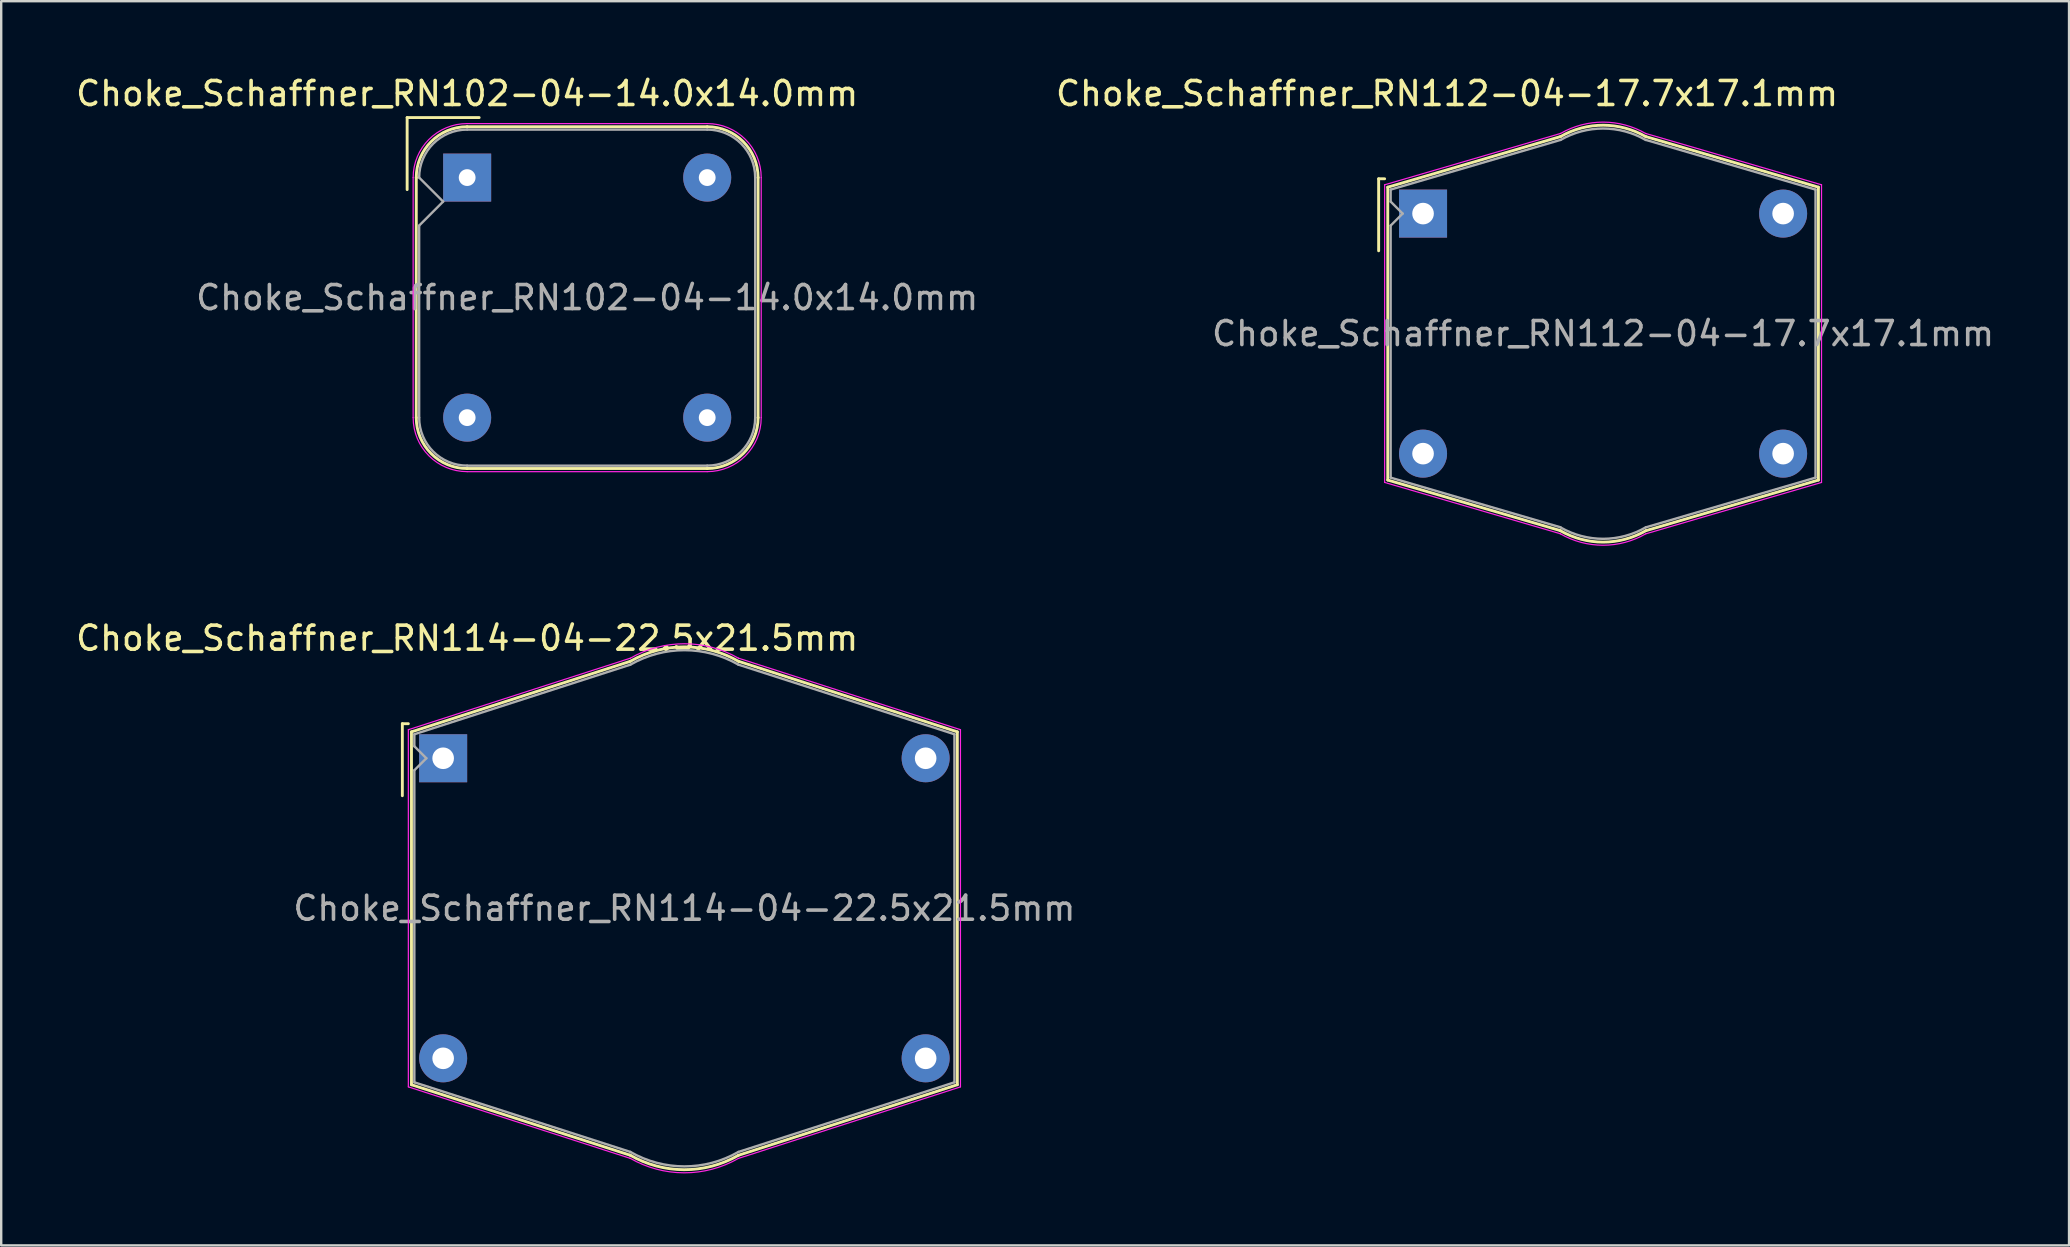
<source format=kicad_pcb>
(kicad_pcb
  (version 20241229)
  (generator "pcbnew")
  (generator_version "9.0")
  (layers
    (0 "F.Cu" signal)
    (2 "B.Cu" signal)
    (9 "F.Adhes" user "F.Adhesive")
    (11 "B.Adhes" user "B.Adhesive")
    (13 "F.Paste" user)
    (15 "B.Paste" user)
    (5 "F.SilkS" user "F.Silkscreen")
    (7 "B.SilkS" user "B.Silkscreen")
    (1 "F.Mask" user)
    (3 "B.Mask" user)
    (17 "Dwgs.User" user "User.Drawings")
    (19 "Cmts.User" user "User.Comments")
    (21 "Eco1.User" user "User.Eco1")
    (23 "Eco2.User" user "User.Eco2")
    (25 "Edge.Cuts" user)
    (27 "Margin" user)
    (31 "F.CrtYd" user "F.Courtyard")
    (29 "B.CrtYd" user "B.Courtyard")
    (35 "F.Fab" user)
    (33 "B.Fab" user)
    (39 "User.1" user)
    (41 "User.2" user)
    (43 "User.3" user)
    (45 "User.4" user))
  (footprint "Choke_Schaffner_RN112-04-17.7x17.1mm"
    (layer "F.Cu")
    (at 56.232 5.848)
    (property "Reference" "Choke_Schaffner_RN112-04-17.7x17.1mm" (at 1 -5 0) (layer "F.SilkS") (effects (font (size 1 1) (thickness 0.15))))
    (attr through_hole)
    (fp_line (start -1.85 -1.45) (end -1.85 1.55) (stroke (width 0.12) (type solid)) (layer "F.SilkS"))
    (fp_line (start -1.85 -1.45) (end -1.6 -1.45) (stroke (width 0.12) (type solid)) (layer "F.SilkS"))
    (fp_line (start -1.47 -1.1) (end 5.73 -3.21) (stroke (width 0.12) (type solid)) (layer "F.SilkS"))
    (fp_line (start -1.47 11.1) (end -1.47 -1.1) (stroke (width 0.12) (type solid)) (layer "F.SilkS"))
    (fp_line (start 5.73 13.21) (end -1.47 11.1) (stroke (width 0.12) (type solid)) (layer "F.SilkS"))
    (fp_line (start 9.27 -3.21) (end 16.47 -1.1) (stroke (width 0.12) (type solid)) (layer "F.SilkS"))
    (fp_line (start 16.47 -1.1) (end 16.47 11.1) (stroke (width 0.12) (type solid)) (layer "F.SilkS"))
    (fp_line (start 16.47 11.1) (end 9.28 13.21) (stroke (width 0.12) (type solid)) (layer "F.SilkS"))
    (fp_arc (start 5.73 -3.21) (mid 7.512135 -3.681018) (end 9.291018 -3.197865) (stroke (width 0.12) (type solid)) (layer "F.SilkS"))
    (fp_arc (start 9.28 13.21) (mid 7.496525 13.686018) (end 5.713982 13.206525) (stroke (width 0.12) (type solid)) (layer "F.SilkS"))
    (fp_line (start -1.6 -1.2) (end 5.73 -3.34) (stroke (width 0.05) (type solid)) (layer "F.CrtYd"))
    (fp_line (start -1.6 11.2) (end -1.6 -1.2) (stroke (width 0.05) (type solid)) (layer "F.CrtYd"))
    (fp_line (start 5.73 13.34) (end -1.6 11.2) (stroke (width 0.05) (type solid)) (layer "F.CrtYd"))
    (fp_line (start 9.27 -3.34) (end 16.6 -1.2) (stroke (width 0.05) (type solid)) (layer "F.CrtYd"))
    (fp_line (start 16.6 -1.2) (end 16.6 11.2) (stroke (width 0.05) (type solid)) (layer "F.CrtYd"))
    (fp_line (start 16.6 11.2) (end 9.28 13.34) (stroke (width 0.05) (type solid)) (layer "F.CrtYd"))
    (fp_arc (start 5.73 -3.34) (mid 7.512135 -3.811018) (end 9.291018 -3.327865) (stroke (width 0.05) (type solid)) (layer "F.CrtYd"))
    (fp_arc (start 9.28 13.34) (mid 7.496525 13.816018) (end 5.713982 13.336525) (stroke (width 0.05) (type solid)) (layer "F.CrtYd"))
    (fp_line (start -1.35 -1) (end 5.73 -3.07) (stroke (width 0.1) (type solid)) (layer "F.Fab"))
    (fp_line (start -1.35 -0.5) (end -1.35 -1) (stroke (width 0.1) (type solid)) (layer "F.Fab"))
    (fp_line (start -1.35 0.5) (end -0.85 0) (stroke (width 0.1) (type solid)) (layer "F.Fab"))
    (fp_line (start -1.35 11) (end -1.35 0.5) (stroke (width 0.1) (type solid)) (layer "F.Fab"))
    (fp_line (start -0.85 0) (end -1.35 -0.5) (stroke (width 0.1) (type solid)) (layer "F.Fab"))
    (fp_line (start 5.73 13.07) (end -1.35 11) (stroke (width 0.1) (type solid)) (layer "F.Fab"))
    (fp_line (start 9.28 -3.07) (end 16.35 -1) (stroke (width 0.1) (type solid)) (layer "F.Fab"))
    (fp_line (start 16.35 -1) (end 16.35 11) (stroke (width 0.1) (type solid)) (layer "F.Fab"))
    (fp_line (start 16.35 11) (end 9.28 13.07) (stroke (width 0.1) (type solid)) (layer "F.Fab"))
    (fp_arc (start 5.73 -3.07) (mid 7.502135 -3.543698) (end 9.273698 -3.067865) (stroke (width 0.1) (type solid)) (layer "F.Fab"))
    (fp_arc (start 9.28 13.07) (mid 7.506525 13.548698) (end 5.731302 13.076525) (stroke (width 0.1) (type solid)) (layer "F.Fab"))
    (fp_text user "${REFERENCE}" (at 7.5 5 0) (layer "F.Fab") (effects (font (size 1 1) (thickness 0.15))))
    (pad "1" thru_hole rect (at 0 0) (size 2 2) (drill 0.9) (layers "*.Cu" "*.Mask"))
    (pad "2" thru_hole circle (at 15 0) (size 2 2) (drill 0.9) (layers "*.Cu" "*.Mask"))
    (pad "3" thru_hole circle (at 0 10) (size 2 2) (drill 0.9) (layers "*.Cu" "*.Mask"))
    (pad "4" thru_hole circle (at 15 10) (size 2 2) (drill 0.9) (layers "*.Cu" "*.Mask")))
  (footprint "Choke_Schaffner_RN102-04-14.0x14.0mm"
    (layer "F.Cu")
    (at 16.411 4.348)
    (property "Reference" "Choke_Schaffner_RN102-04-14.0x14.0mm" (at 0 -3.5 0) (layer "F.SilkS") (effects (font (size 1 1) (thickness 0.15))))
    (attr through_hole)
    (fp_line (start -2.5 -2.5) (end -2.5 0.5) (stroke (width 0.12) (type solid)) (layer "F.SilkS"))
    (fp_line (start -2.5 -2.5) (end 0.5 -2.5) (stroke (width 0.12) (type solid)) (layer "F.SilkS"))
    (fp_line (start -2.12 10) (end -2.12 0) (stroke (width 0.12) (type solid)) (layer "F.SilkS"))
    (fp_line (start 0 -2.12) (end 10 -2.12) (stroke (width 0.12) (type solid)) (layer "F.SilkS"))
    (fp_line (start 10 12.12) (end 0 12.12) (stroke (width 0.12) (type solid)) (layer "F.SilkS"))
    (fp_line (start 12.12 0) (end 12.12 10) (stroke (width 0.12) (type solid)) (layer "F.SilkS"))
    (fp_arc (start -2.12 0) (mid -1.499066 -1.499066) (end 0 -2.12) (stroke (width 0.12) (type solid)) (layer "F.SilkS"))
    (fp_arc (start 0 12.12) (mid -1.499066 11.499066) (end -2.12 10) (stroke (width 0.12) (type solid)) (layer "F.SilkS"))
    (fp_arc (start 10 -2.12) (mid 11.499066 -1.499066) (end 12.12 0) (stroke (width 0.12) (type solid)) (layer "F.SilkS"))
    (fp_arc (start 12.12 10) (mid 11.499066 11.499066) (end 10 12.12) (stroke (width 0.12) (type solid)) (layer "F.SilkS"))
    (fp_line (start -2.25 10) (end -2.25 0) (stroke (width 0.05) (type solid)) (layer "F.CrtYd"))
    (fp_line (start 0 -2.25) (end 10 -2.25) (stroke (width 0.05) (type solid)) (layer "F.CrtYd"))
    (fp_line (start 10 12.25) (end 0 12.25) (stroke (width 0.05) (type solid)) (layer "F.CrtYd"))
    (fp_line (start 12.25 0) (end 12.25 10) (stroke (width 0.05) (type solid)) (layer "F.CrtYd"))
    (fp_arc (start -2.25 0) (mid -1.59099 -1.59099) (end 0 -2.25) (stroke (width 0.05) (type solid)) (layer "F.CrtYd"))
    (fp_arc (start 0 12.25) (mid -1.59099 11.59099) (end -2.25 10) (stroke (width 0.05) (type solid)) (layer "F.CrtYd"))
    (fp_arc (start 10 -2.25) (mid 11.59099 -1.59099) (end 12.25 0) (stroke (width 0.05) (type solid)) (layer "F.CrtYd"))
    (fp_arc (start 12.25 10) (mid 11.59099 11.59099) (end 10 12.25) (stroke (width 0.05) (type solid)) (layer "F.CrtYd"))
    (fp_line (start -2 2) (end -1 1) (stroke (width 0.1) (type solid)) (layer "F.Fab"))
    (fp_line (start -2 10) (end -2 2) (stroke (width 0.1) (type solid)) (layer "F.Fab"))
    (fp_line (start -1 1) (end -2 0) (stroke (width 0.1) (type solid)) (layer "F.Fab"))
    (fp_line (start 0 -2) (end 10 -2) (stroke (width 0.1) (type solid)) (layer "F.Fab"))
    (fp_line (start 10 12) (end 0 12) (stroke (width 0.1) (type solid)) (layer "F.Fab"))
    (fp_line (start 12 0) (end 12 10) (stroke (width 0.1) (type solid)) (layer "F.Fab"))
    (fp_arc (start -2 0) (mid -1.414214 -1.414214) (end 0 -2) (stroke (width 0.1) (type solid)) (layer "F.Fab"))
    (fp_arc (start 0 12) (mid -1.414214 11.414214) (end -2 10) (stroke (width 0.1) (type solid)) (layer "F.Fab"))
    (fp_arc (start 10 -2) (mid 11.414214 -1.414214) (end 12 0) (stroke (width 0.1) (type solid)) (layer "F.Fab"))
    (fp_arc (start 12 10) (mid 11.414214 11.414214) (end 10 12) (stroke (width 0.1) (type solid)) (layer "F.Fab"))
    (fp_text user "${REFERENCE}" (at 5 5 0) (layer "F.Fab") (effects (font (size 1 1) (thickness 0.15))))
    (pad "1" thru_hole rect (at 0 0) (size 2 2) (drill 0.7) (layers "*.Cu" "*.Mask"))
    (pad "2" thru_hole circle (at 10 0) (size 2 2) (drill 0.7) (layers "*.Cu" "*.Mask"))
    (pad "3" thru_hole circle (at 0 10) (size 2 2) (drill 0.7) (layers "*.Cu" "*.Mask"))
    (pad "4" thru_hole circle (at 10 10) (size 2 2) (drill 0.7) (layers "*.Cu" "*.Mask")))
  (footprint "Choke_Schaffner_RN114-04-22.5x21.5mm"
    (layer "F.Cu")
    (at 15.411 28.538)
    (property "Reference" "Choke_Schaffner_RN114-04-22.5x21.5mm" (at 1 -5 0) (layer "F.SilkS") (effects (font (size 1 1) (thickness 0.15))))
    (attr through_hole)
    (fp_line (start -1.7 -1.44) (end -1.7 1.56) (stroke (width 0.12) (type solid)) (layer "F.SilkS"))
    (fp_line (start -1.7 -1.44) (end -1.45 -1.44) (stroke (width 0.12) (type solid)) (layer "F.SilkS"))
    (fp_line (start -1.32 -1.1) (end 7.8 -4.04) (stroke (width 0.12) (type solid)) (layer "F.SilkS"))
    (fp_line (start -1.32 13.6) (end -1.32 -1.1) (stroke (width 0.12) (type solid)) (layer "F.SilkS"))
    (fp_line (start 7.8 16.54) (end -1.32 13.6) (stroke (width 0.12) (type solid)) (layer "F.SilkS"))
    (fp_line (start 12.3 -4.04) (end 21.42 -1.1) (stroke (width 0.12) (type solid)) (layer "F.SilkS"))
    (fp_line (start 21.42 -1.1) (end 21.42 13.6) (stroke (width 0.12) (type solid)) (layer "F.SilkS"))
    (fp_line (start 21.42 13.6) (end 12.3 16.54) (stroke (width 0.12) (type solid)) (layer "F.SilkS"))
    (fp_arc (start 7.8 -4.04) (mid 10.061443 -4.63982) (end 12.31982 -4.028557) (stroke (width 0.12) (type solid)) (layer "F.SilkS"))
    (fp_arc (start 12.3 16.54) (mid 10.038557 17.13982) (end 7.78018 16.528557) (stroke (width 0.12) (type solid)) (layer "F.SilkS"))
    (fp_line (start -1.45 -1.19) (end 7.8 -4.17) (stroke (width 0.05) (type solid)) (layer "F.CrtYd"))
    (fp_line (start -1.45 13.69) (end -1.45 -1.19) (stroke (width 0.05) (type solid)) (layer "F.CrtYd"))
    (fp_line (start 7.8 16.67) (end -1.45 13.69) (stroke (width 0.05) (type solid)) (layer "F.CrtYd"))
    (fp_line (start 12.3 -4.17) (end 21.55 -1.19) (stroke (width 0.05) (type solid)) (layer "F.CrtYd"))
    (fp_line (start 21.55 -1.19) (end 21.55 13.69) (stroke (width 0.05) (type solid)) (layer "F.CrtYd"))
    (fp_line (start 21.55 13.69) (end 12.3 16.67) (stroke (width 0.05) (type solid)) (layer "F.CrtYd"))
    (fp_arc (start 7.8 -4.17) (mid 10.061443 -4.76982) (end 12.31982 -4.158557) (stroke (width 0.05) (type solid)) (layer "F.CrtYd"))
    (fp_arc (start 12.3 16.67) (mid 10.038557 17.26982) (end 7.78018 16.658557) (stroke (width 0.05) (type solid)) (layer "F.CrtYd"))
    (fp_line (start -1.2 -1) (end 7.8 -3.9) (stroke (width 0.1) (type solid)) (layer "F.Fab"))
    (fp_line (start -1.2 -0.5) (end -1.2 -1) (stroke (width 0.1) (type solid)) (layer "F.Fab"))
    (fp_line (start -1.2 0.5) (end -0.7 0) (stroke (width 0.1) (type solid)) (layer "F.Fab"))
    (fp_line (start -1.2 13.5) (end -1.2 0.5) (stroke (width 0.1) (type solid)) (layer "F.Fab"))
    (fp_line (start -0.7 0) (end -1.2 -0.5) (stroke (width 0.1) (type solid)) (layer "F.Fab"))
    (fp_line (start 7.8 16.4) (end -1.2 13.5) (stroke (width 0.1) (type solid)) (layer "F.Fab"))
    (fp_line (start 12.3 -3.9) (end 21.3 -1) (stroke (width 0.1) (type solid)) (layer "F.Fab"))
    (fp_line (start 21.3 -1) (end 21.3 13.5) (stroke (width 0.1) (type solid)) (layer "F.Fab"))
    (fp_line (start 21.3 13.5) (end 12.3 16.4) (stroke (width 0.1) (type solid)) (layer "F.Fab"))
    (fp_arc (start 7.8 -3.9) (mid 10.051443 -4.502499) (end 12.302499 -3.898557) (stroke (width 0.1) (type solid)) (layer "F.Fab"))
    (fp_arc (start 12.3 16.4) (mid 10.048557 17.002499) (end 7.797501 16.398557) (stroke (width 0.1) (type solid)) (layer "F.Fab"))
    (fp_text user "${REFERENCE}" (at 10.05 6.25 0) (layer "F.Fab") (effects (font (size 1 1) (thickness 0.15))))
    (pad "1" thru_hole rect (at 0 0) (size 2 2) (drill 0.9) (layers "*.Cu" "*.Mask"))
    (pad "2" thru_hole circle (at 20.1 0) (size 2 2) (drill 0.9) (layers "*.Cu" "*.Mask"))
    (pad "3" thru_hole circle (at 0 12.5) (size 2 2) (drill 0.9) (layers "*.Cu" "*.Mask"))
    (pad "4" thru_hole circle (at 20.1 12.5) (size 2 2) (drill 0.9) (layers "*.Cu" "*.Mask")))
  (gr_rect
    (start -3 -3)
    (end 83.143 48.832)
    (stroke (width 0.1) (type default))
    (fill no)
    (layer "Edge.Cuts")))
</source>
